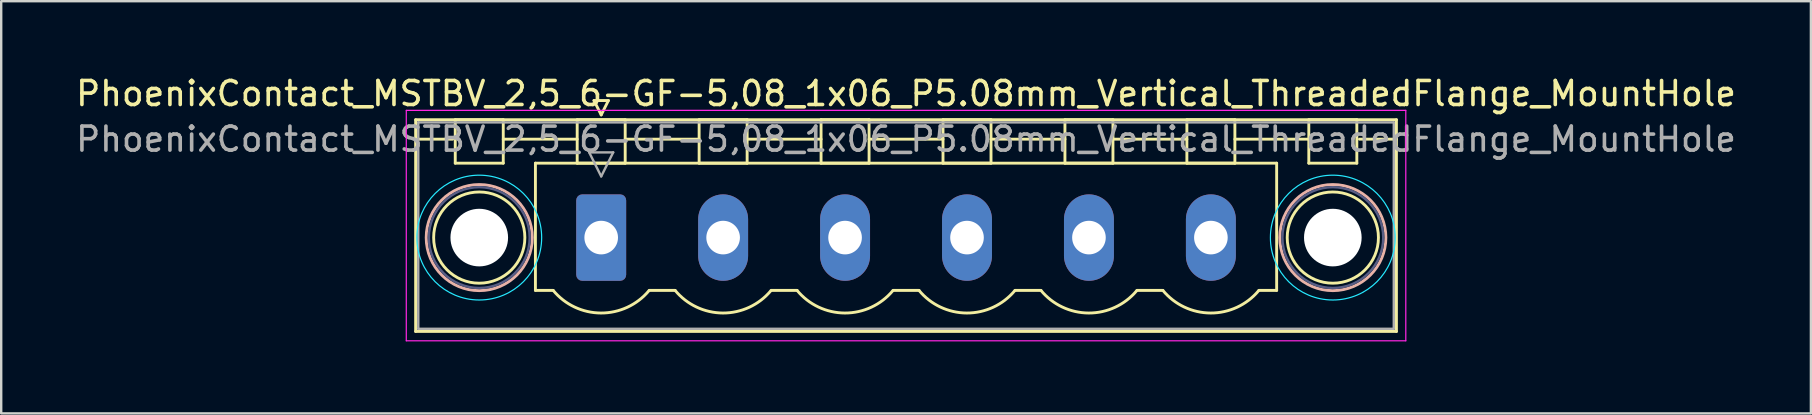
<source format=kicad_pcb>
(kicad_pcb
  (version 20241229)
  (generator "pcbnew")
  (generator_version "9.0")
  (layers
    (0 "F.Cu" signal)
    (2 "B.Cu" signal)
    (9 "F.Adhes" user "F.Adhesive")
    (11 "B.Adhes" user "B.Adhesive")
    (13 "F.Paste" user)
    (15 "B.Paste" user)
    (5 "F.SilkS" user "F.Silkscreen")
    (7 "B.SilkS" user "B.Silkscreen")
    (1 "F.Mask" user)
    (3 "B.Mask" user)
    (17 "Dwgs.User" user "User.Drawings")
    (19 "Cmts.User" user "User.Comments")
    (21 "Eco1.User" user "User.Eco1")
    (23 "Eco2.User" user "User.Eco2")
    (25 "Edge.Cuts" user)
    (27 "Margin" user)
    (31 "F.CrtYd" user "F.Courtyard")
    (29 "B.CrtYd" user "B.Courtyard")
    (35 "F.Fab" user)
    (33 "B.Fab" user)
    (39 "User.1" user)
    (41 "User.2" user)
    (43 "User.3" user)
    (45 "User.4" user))
  (footprint "PhoenixContact_MSTBV_2,5_6-GF-5,08_1x06_P5.08mm_Vertical_ThreadedFlange_MountHole"
    (layer "F.Cu")
    (at 21.996 6.848)
    (property "Reference" "PhoenixContact_MSTBV_2,5_6-GF-5,08_1x06_P5.08mm_Vertical_ThreadedFlange_MountHole" (at 12.7 -6 0) (layer "F.SilkS") (effects (font (size 1 1) (thickness 0.15))))
    (attr through_hole)
    (fp_line (start -7.73 -4.91) (end -7.73 3.91) (stroke (width 0.12) (type solid)) (layer "F.SilkS"))
    (fp_line (start -7.73 -4.1) (end -6.19 -4.1) (stroke (width 0.12) (type solid)) (layer "F.SilkS"))
    (fp_line (start -7.73 3.91) (end 33.13 3.91) (stroke (width 0.12) (type solid)) (layer "F.SilkS"))
    (fp_line (start -6.08 -4.91) (end -4.08 -4.91) (stroke (width 0.12) (type solid)) (layer "F.SilkS"))
    (fp_line (start -6.08 -3.1) (end -6.08 -4.91) (stroke (width 0.12) (type solid)) (layer "F.SilkS"))
    (fp_line (start -4.08 -4.91) (end -4.08 -3.1) (stroke (width 0.12) (type solid)) (layer "F.SilkS"))
    (fp_line (start -4.08 -4.1) (end -1 -4.1) (stroke (width 0.12) (type solid)) (layer "F.SilkS"))
    (fp_line (start -4.08 -3.1) (end -6.08 -3.1) (stroke (width 0.12) (type solid)) (layer "F.SilkS"))
    (fp_line (start -2.74 -3.1) (end 28.14 -3.1) (stroke (width 0.12) (type solid)) (layer "F.SilkS"))
    (fp_line (start -2.74 2.2) (end -2.74 -3.1) (stroke (width 0.12) (type solid)) (layer "F.SilkS"))
    (fp_line (start -2 2.2) (end -2.74 2.2) (stroke (width 0.12) (type solid)) (layer "F.SilkS"))
    (fp_line (start -1 -4.91) (end 1 -4.91) (stroke (width 0.12) (type solid)) (layer "F.SilkS"))
    (fp_line (start -1 -3.1) (end -1 -4.91) (stroke (width 0.12) (type solid)) (layer "F.SilkS"))
    (fp_line (start -0.3 -5.71) (end 0.3 -5.71) (stroke (width 0.12) (type solid)) (layer "F.SilkS"))
    (fp_line (start 0 -5.11) (end -0.3 -5.71) (stroke (width 0.12) (type solid)) (layer "F.SilkS"))
    (fp_line (start 0.3 -5.71) (end 0 -5.11) (stroke (width 0.12) (type solid)) (layer "F.SilkS"))
    (fp_line (start 1 -4.91) (end 1 -3.1) (stroke (width 0.12) (type solid)) (layer "F.SilkS"))
    (fp_line (start 1 -4.1) (end 4.08 -4.1) (stroke (width 0.12) (type solid)) (layer "F.SilkS"))
    (fp_line (start 1 -3.1) (end -1 -3.1) (stroke (width 0.12) (type solid)) (layer "F.SilkS"))
    (fp_line (start 2 2.2) (end 3.08 2.2) (stroke (width 0.12) (type solid)) (layer "F.SilkS"))
    (fp_line (start 4.08 -4.91) (end 6.08 -4.91) (stroke (width 0.12) (type solid)) (layer "F.SilkS"))
    (fp_line (start 4.08 -3.1) (end 4.08 -4.91) (stroke (width 0.12) (type solid)) (layer "F.SilkS"))
    (fp_line (start 6.08 -4.91) (end 6.08 -3.1) (stroke (width 0.12) (type solid)) (layer "F.SilkS"))
    (fp_line (start 6.08 -4.1) (end 9.16 -4.1) (stroke (width 0.12) (type solid)) (layer "F.SilkS"))
    (fp_line (start 6.08 -3.1) (end 4.08 -3.1) (stroke (width 0.12) (type solid)) (layer "F.SilkS"))
    (fp_line (start 7.08 2.2) (end 8.16 2.2) (stroke (width 0.12) (type solid)) (layer "F.SilkS"))
    (fp_line (start 9.16 -4.91) (end 11.16 -4.91) (stroke (width 0.12) (type solid)) (layer "F.SilkS"))
    (fp_line (start 9.16 -3.1) (end 9.16 -4.91) (stroke (width 0.12) (type solid)) (layer "F.SilkS"))
    (fp_line (start 11.16 -4.91) (end 11.16 -3.1) (stroke (width 0.12) (type solid)) (layer "F.SilkS"))
    (fp_line (start 11.16 -4.1) (end 14.24 -4.1) (stroke (width 0.12) (type solid)) (layer "F.SilkS"))
    (fp_line (start 11.16 -3.1) (end 9.16 -3.1) (stroke (width 0.12) (type solid)) (layer "F.SilkS"))
    (fp_line (start 12.16 2.2) (end 13.24 2.2) (stroke (width 0.12) (type solid)) (layer "F.SilkS"))
    (fp_line (start 14.24 -4.91) (end 16.24 -4.91) (stroke (width 0.12) (type solid)) (layer "F.SilkS"))
    (fp_line (start 14.24 -3.1) (end 14.24 -4.91) (stroke (width 0.12) (type solid)) (layer "F.SilkS"))
    (fp_line (start 16.24 -4.91) (end 16.24 -3.1) (stroke (width 0.12) (type solid)) (layer "F.SilkS"))
    (fp_line (start 16.24 -4.1) (end 19.32 -4.1) (stroke (width 0.12) (type solid)) (layer "F.SilkS"))
    (fp_line (start 16.24 -3.1) (end 14.24 -3.1) (stroke (width 0.12) (type solid)) (layer "F.SilkS"))
    (fp_line (start 17.24 2.2) (end 18.32 2.2) (stroke (width 0.12) (type solid)) (layer "F.SilkS"))
    (fp_line (start 19.32 -4.91) (end 21.32 -4.91) (stroke (width 0.12) (type solid)) (layer "F.SilkS"))
    (fp_line (start 19.32 -3.1) (end 19.32 -4.91) (stroke (width 0.12) (type solid)) (layer "F.SilkS"))
    (fp_line (start 21.32 -4.91) (end 21.32 -3.1) (stroke (width 0.12) (type solid)) (layer "F.SilkS"))
    (fp_line (start 21.32 -4.1) (end 24.4 -4.1) (stroke (width 0.12) (type solid)) (layer "F.SilkS"))
    (fp_line (start 21.32 -3.1) (end 19.32 -3.1) (stroke (width 0.12) (type solid)) (layer "F.SilkS"))
    (fp_line (start 22.32 2.2) (end 23.4 2.2) (stroke (width 0.12) (type solid)) (layer "F.SilkS"))
    (fp_line (start 24.4 -4.91) (end 26.4 -4.91) (stroke (width 0.12) (type solid)) (layer "F.SilkS"))
    (fp_line (start 24.4 -3.1) (end 24.4 -4.91) (stroke (width 0.12) (type solid)) (layer "F.SilkS"))
    (fp_line (start 26.4 -4.91) (end 26.4 -3.1) (stroke (width 0.12) (type solid)) (layer "F.SilkS"))
    (fp_line (start 26.4 -4.1) (end 29.48 -4.1) (stroke (width 0.12) (type solid)) (layer "F.SilkS"))
    (fp_line (start 26.4 -3.1) (end 24.4 -3.1) (stroke (width 0.12) (type solid)) (layer "F.SilkS"))
    (fp_line (start 28.14 -3.1) (end 28.14 2.2) (stroke (width 0.12) (type solid)) (layer "F.SilkS"))
    (fp_line (start 28.14 2.2) (end 27.4 2.2) (stroke (width 0.12) (type solid)) (layer "F.SilkS"))
    (fp_line (start 29.48 -4.91) (end 31.48 -4.91) (stroke (width 0.12) (type solid)) (layer "F.SilkS"))
    (fp_line (start 29.48 -3.1) (end 29.48 -4.91) (stroke (width 0.12) (type solid)) (layer "F.SilkS"))
    (fp_line (start 31.48 -4.91) (end 31.48 -3.1) (stroke (width 0.12) (type solid)) (layer "F.SilkS"))
    (fp_line (start 31.48 -3.1) (end 29.48 -3.1) (stroke (width 0.12) (type solid)) (layer "F.SilkS"))
    (fp_line (start 33.13 -4.91) (end -7.73 -4.91) (stroke (width 0.12) (type solid)) (layer "F.SilkS"))
    (fp_line (start 33.13 -4.1) (end 31.59 -4.1) (stroke (width 0.12) (type solid)) (layer "F.SilkS"))
    (fp_line (start 33.13 3.91) (end 33.13 -4.91) (stroke (width 0.12) (type solid)) (layer "F.SilkS"))
    (fp_arc (start 1.986842 2.215821) (mid -0.010289 3.142758) (end -2 2.2) (stroke (width 0.12) (type solid)) (layer "F.SilkS"))
    (fp_arc (start 7.066842 2.215821) (mid 5.069711 3.142758) (end 3.08 2.2) (stroke (width 0.12) (type solid)) (layer "F.SilkS"))
    (fp_arc (start 12.146842 2.215821) (mid 10.149711 3.142758) (end 8.16 2.2) (stroke (width 0.12) (type solid)) (layer "F.SilkS"))
    (fp_arc (start 17.226842 2.215821) (mid 15.229711 3.142758) (end 13.24 2.2) (stroke (width 0.12) (type solid)) (layer "F.SilkS"))
    (fp_arc (start 22.306842 2.215821) (mid 20.309711 3.142758) (end 18.32 2.2) (stroke (width 0.12) (type solid)) (layer "F.SilkS"))
    (fp_arc (start 27.386842 2.215821) (mid 25.389711 3.142758) (end 23.4 2.2) (stroke (width 0.12) (type solid)) (layer "F.SilkS"))
    (fp_circle (center -5.08 0) (end -3.18 0) (stroke (width 0.12) (type solid)) (fill no) (layer "F.SilkS"))
    (fp_circle (center 30.48 0) (end 32.38 0) (stroke (width 0.12) (type solid)) (fill no) (layer "F.SilkS"))
    (fp_circle (center -5.08 0) (end -2.87 0) (stroke (width 0.12) (type solid)) (fill no) (layer "B.SilkS"))
    (fp_circle (center 30.48 0) (end 32.69 0) (stroke (width 0.12) (type solid)) (fill no) (layer "B.SilkS"))
    (fp_circle (center -5.08 0) (end -2.48 0) (stroke (width 0.05) (type solid)) (fill no) (layer "B.CrtYd"))
    (fp_circle (center 30.48 0) (end 33.08 0) (stroke (width 0.05) (type solid)) (fill no) (layer "B.CrtYd"))
    (fp_line (start -8.12 -5.3) (end -8.12 4.3) (stroke (width 0.05) (type solid)) (layer "F.CrtYd"))
    (fp_line (start -8.12 4.3) (end 33.52 4.3) (stroke (width 0.05) (type solid)) (layer "F.CrtYd"))
    (fp_line (start 33.52 -5.3) (end -8.12 -5.3) (stroke (width 0.05) (type solid)) (layer "F.CrtYd"))
    (fp_line (start 33.52 4.3) (end 33.52 -5.3) (stroke (width 0.05) (type solid)) (layer "F.CrtYd"))
    (fp_circle (center -5.08 0) (end -2.98 0) (stroke (width 0.1) (type solid)) (fill no) (layer "B.Fab"))
    (fp_circle (center 30.48 0) (end 32.58 0) (stroke (width 0.1) (type solid)) (fill no) (layer "B.Fab"))
    (fp_line (start -7.62 -4.8) (end -7.62 3.8) (stroke (width 0.1) (type solid)) (layer "F.Fab"))
    (fp_line (start -7.62 3.8) (end 33.02 3.8) (stroke (width 0.1) (type solid)) (layer "F.Fab"))
    (fp_line (start -0.5 -3.55) (end 0.5 -3.55) (stroke (width 0.1) (type solid)) (layer "F.Fab"))
    (fp_line (start 0 -2.55) (end -0.5 -3.55) (stroke (width 0.1) (type solid)) (layer "F.Fab"))
    (fp_line (start 0.5 -3.55) (end 0 -2.55) (stroke (width 0.1) (type solid)) (layer "F.Fab"))
    (fp_line (start 33.02 -4.8) (end -7.62 -4.8) (stroke (width 0.1) (type solid)) (layer "F.Fab"))
    (fp_line (start 33.02 3.8) (end 33.02 -4.8) (stroke (width 0.1) (type solid)) (layer "F.Fab"))
    (fp_text user "${REFERENCE}" (at 12.7 -4.1 0) (layer "F.Fab") (effects (font (size 1 1) (thickness 0.15))))
    (pad "" np_thru_hole circle (at -5.08 0) (size 2.4 2.4) (drill 2.4) (layers "*.Cu" "*.Mask"))
    (pad "" np_thru_hole circle (at 30.48 0) (size 2.4 2.4) (drill 2.4) (layers "*.Cu" "*.Mask"))
    (pad "1" thru_hole roundrect (at 0 0) (size 2.08 3.6) (drill 1.4) (layers "*.Cu" "*.Mask") (roundrect_rratio 0.12))
    (pad "2" thru_hole oval (at 5.08 0) (size 2.08 3.6) (drill 1.4) (layers "*.Cu" "*.Mask"))
    (pad "3" thru_hole oval (at 10.16 0) (size 2.08 3.6) (drill 1.4) (layers "*.Cu" "*.Mask"))
    (pad "4" thru_hole oval (at 15.24 0) (size 2.08 3.6) (drill 1.4) (layers "*.Cu" "*.Mask"))
    (pad "5" thru_hole oval (at 20.32 0) (size 2.08 3.6) (drill 1.4) (layers "*.Cu" "*.Mask"))
    (pad "6" thru_hole oval (at 25.4 0) (size 2.08 3.6) (drill 1.4) (layers "*.Cu" "*.Mask")))
  (gr_rect
    (start -3 -3)
    (end 72.393 14.173)
    (stroke (width 0.1) (type default))
    (fill no)
    (layer "Edge.Cuts")))
</source>
